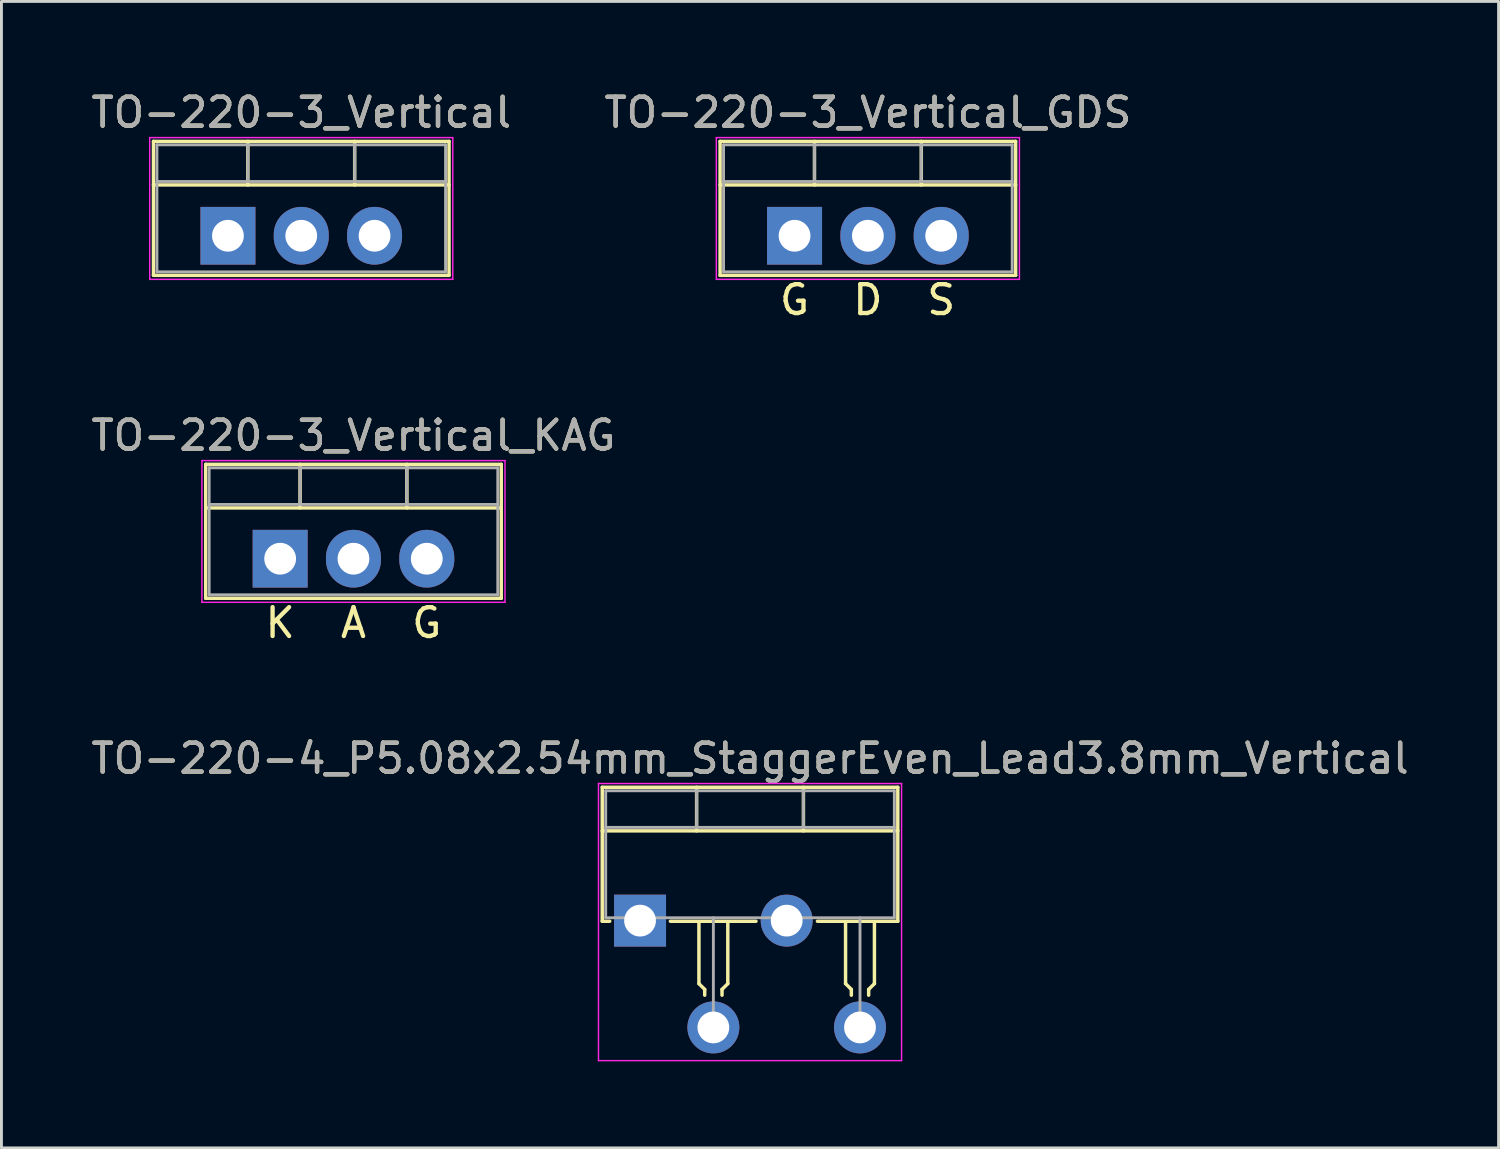
<source format=kicad_pcb>
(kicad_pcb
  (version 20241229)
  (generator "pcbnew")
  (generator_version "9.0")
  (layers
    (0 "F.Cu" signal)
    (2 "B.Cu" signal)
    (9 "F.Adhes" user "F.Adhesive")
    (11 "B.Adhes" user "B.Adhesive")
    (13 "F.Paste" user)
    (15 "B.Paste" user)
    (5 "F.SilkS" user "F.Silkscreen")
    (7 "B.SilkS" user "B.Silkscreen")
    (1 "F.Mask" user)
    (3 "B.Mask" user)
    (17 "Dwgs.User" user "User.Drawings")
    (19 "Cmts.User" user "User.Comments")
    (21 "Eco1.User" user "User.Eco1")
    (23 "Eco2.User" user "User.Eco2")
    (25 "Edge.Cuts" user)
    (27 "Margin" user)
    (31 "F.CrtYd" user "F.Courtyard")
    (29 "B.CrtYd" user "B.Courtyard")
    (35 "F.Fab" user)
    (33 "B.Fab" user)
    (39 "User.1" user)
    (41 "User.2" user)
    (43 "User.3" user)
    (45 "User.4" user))
  (footprint "TO-220-3_Vertical_GDS"
    (layer "F.Cu")
    (at 24.478 5.118)
    (property "Reference" "TO-220-3_Vertical_GDS" (at 2.54 -4.27 0) (layer "F.SilkS") (effects (font (size 1 1) (thickness 0.15))))
    (fp_line (start -2.58 -3.27) (end -2.58 1.371) (stroke (width 0.12) (type solid)) (layer "F.SilkS"))
    (fp_line (start -2.58 -3.27) (end 7.66 -3.27) (stroke (width 0.12) (type solid)) (layer "F.SilkS"))
    (fp_line (start -2.58 -1.76) (end 7.66 -1.76) (stroke (width 0.12) (type solid)) (layer "F.SilkS"))
    (fp_line (start -2.58 1.371) (end 7.66 1.371) (stroke (width 0.12) (type solid)) (layer "F.SilkS"))
    (fp_line (start 0.69 -3.27) (end 0.69 -1.76) (stroke (width 0.12) (type solid)) (layer "F.SilkS"))
    (fp_line (start 4.391 -3.27) (end 4.391 -1.76) (stroke (width 0.12) (type solid)) (layer "F.SilkS"))
    (fp_line (start 7.66 -3.27) (end 7.66 1.371) (stroke (width 0.12) (type solid)) (layer "F.SilkS"))
    (fp_line (start -2.71 -3.4) (end -2.71 1.51) (stroke (width 0.05) (type solid)) (layer "F.CrtYd"))
    (fp_line (start -2.71 1.51) (end 7.79 1.51) (stroke (width 0.05) (type solid)) (layer "F.CrtYd"))
    (fp_line (start 7.79 -3.4) (end -2.71 -3.4) (stroke (width 0.05) (type solid)) (layer "F.CrtYd"))
    (fp_line (start 7.79 1.51) (end 7.79 -3.4) (stroke (width 0.05) (type solid)) (layer "F.CrtYd"))
    (fp_line (start -2.46 -3.15) (end -2.46 1.25) (stroke (width 0.1) (type solid)) (layer "F.Fab"))
    (fp_line (start -2.46 -1.88) (end 7.54 -1.88) (stroke (width 0.1) (type solid)) (layer "F.Fab"))
    (fp_line (start -2.46 1.25) (end 7.54 1.25) (stroke (width 0.1) (type solid)) (layer "F.Fab"))
    (fp_line (start 0.69 -3.15) (end 0.69 -1.88) (stroke (width 0.1) (type solid)) (layer "F.Fab"))
    (fp_line (start 4.39 -3.15) (end 4.39 -1.88) (stroke (width 0.1) (type solid)) (layer "F.Fab"))
    (fp_line (start 7.54 -3.15) (end -2.46 -3.15) (stroke (width 0.1) (type solid)) (layer "F.Fab"))
    (fp_line (start 7.54 1.25) (end 7.54 -3.15) (stroke (width 0.1) (type solid)) (layer "F.Fab"))
    (fp_text user "G" (at 0 2.223 0) (unlocked yes) (layer "F.SilkS") (effects (font (size 1 1) (thickness 0.15))))
    (fp_text user "D" (at 2.54 2.223 0) (unlocked yes) (layer "F.SilkS") (effects (font (size 1 1) (thickness 0.15))))
    (fp_text user "S" (at 5.08 2.223 0) (unlocked yes) (layer "F.SilkS") (effects (font (size 1 1) (thickness 0.15))))
    (fp_text user "${REFERENCE}" (at 2.54 -4.27 0) (layer "F.Fab") (effects (font (size 1 1) (thickness 0.15))))
    (pad "1" thru_hole rect (at 0 0) (size 1.905 2) (drill 1.1) (layers "*.Cu" "*.Mask"))
    (pad "2" thru_hole oval (at 2.54 0) (size 1.905 2) (drill 1.1) (layers "*.Cu" "*.Mask"))
    (pad "3" thru_hole oval (at 5.08 0) (size 1.905 2) (drill 1.1) (layers "*.Cu" "*.Mask")))
  (footprint "TO-220-3_Vertical"
    (layer "F.Cu")
    (at 4.847 5.118)
    (property "Reference" "TO-220-3_Vertical" (at 2.54 -4.27 0) (layer "F.SilkS") (effects (font (size 1 1) (thickness 0.15))))
    (attr through_hole)
    (fp_line (start -2.58 -3.27) (end -2.58 1.371) (stroke (width 0.12) (type solid)) (layer "F.SilkS"))
    (fp_line (start -2.58 -3.27) (end 7.66 -3.27) (stroke (width 0.12) (type solid)) (layer "F.SilkS"))
    (fp_line (start -2.58 -1.76) (end 7.66 -1.76) (stroke (width 0.12) (type solid)) (layer "F.SilkS"))
    (fp_line (start -2.58 1.371) (end 7.66 1.371) (stroke (width 0.12) (type solid)) (layer "F.SilkS"))
    (fp_line (start 0.69 -3.27) (end 0.69 -1.76) (stroke (width 0.12) (type solid)) (layer "F.SilkS"))
    (fp_line (start 4.391 -3.27) (end 4.391 -1.76) (stroke (width 0.12) (type solid)) (layer "F.SilkS"))
    (fp_line (start 7.66 -3.27) (end 7.66 1.371) (stroke (width 0.12) (type solid)) (layer "F.SilkS"))
    (fp_line (start -2.71 -3.4) (end -2.71 1.51) (stroke (width 0.05) (type solid)) (layer "F.CrtYd"))
    (fp_line (start -2.71 1.51) (end 7.79 1.51) (stroke (width 0.05) (type solid)) (layer "F.CrtYd"))
    (fp_line (start 7.79 -3.4) (end -2.71 -3.4) (stroke (width 0.05) (type solid)) (layer "F.CrtYd"))
    (fp_line (start 7.79 1.51) (end 7.79 -3.4) (stroke (width 0.05) (type solid)) (layer "F.CrtYd"))
    (fp_line (start -2.46 -3.15) (end -2.46 1.25) (stroke (width 0.1) (type solid)) (layer "F.Fab"))
    (fp_line (start -2.46 -1.88) (end 7.54 -1.88) (stroke (width 0.1) (type solid)) (layer "F.Fab"))
    (fp_line (start -2.46 1.25) (end 7.54 1.25) (stroke (width 0.1) (type solid)) (layer "F.Fab"))
    (fp_line (start 0.69 -3.15) (end 0.69 -1.88) (stroke (width 0.1) (type solid)) (layer "F.Fab"))
    (fp_line (start 4.39 -3.15) (end 4.39 -1.88) (stroke (width 0.1) (type solid)) (layer "F.Fab"))
    (fp_line (start 7.54 -3.15) (end -2.46 -3.15) (stroke (width 0.1) (type solid)) (layer "F.Fab"))
    (fp_line (start 7.54 1.25) (end 7.54 -3.15) (stroke (width 0.1) (type solid)) (layer "F.Fab"))
    (fp_text user "${REFERENCE}" (at 2.54 -4.27 0) (layer "F.Fab") (effects (font (size 1 1) (thickness 0.15))))
    (pad "1" thru_hole rect (at 0 0) (size 1.905 2) (drill 1.1) (layers "*.Cu" "*.Mask"))
    (pad "2" thru_hole oval (at 2.54 0) (size 1.905 2) (drill 1.1) (layers "*.Cu" "*.Mask"))
    (pad "3" thru_hole oval (at 5.08 0) (size 1.905 2) (drill 1.1) (layers "*.Cu" "*.Mask")))
  (footprint "TO-220-3_Vertical_KAG"
    (layer "F.Cu")
    (at 6.656 16.307)
    (property "Reference" "TO-220-3_Vertical_KAG" (at 2.54 -4.27 0) (layer "F.SilkS") (effects (font (size 1 1) (thickness 0.15))))
    (fp_line (start -2.58 -3.27) (end -2.58 1.371) (stroke (width 0.12) (type solid)) (layer "F.SilkS"))
    (fp_line (start -2.58 -3.27) (end 7.66 -3.27) (stroke (width 0.12) (type solid)) (layer "F.SilkS"))
    (fp_line (start -2.58 -1.76) (end 7.66 -1.76) (stroke (width 0.12) (type solid)) (layer "F.SilkS"))
    (fp_line (start -2.58 1.371) (end 7.66 1.371) (stroke (width 0.12) (type solid)) (layer "F.SilkS"))
    (fp_line (start 0.69 -3.27) (end 0.69 -1.76) (stroke (width 0.12) (type solid)) (layer "F.SilkS"))
    (fp_line (start 4.391 -3.27) (end 4.391 -1.76) (stroke (width 0.12) (type solid)) (layer "F.SilkS"))
    (fp_line (start 7.66 -3.27) (end 7.66 1.371) (stroke (width 0.12) (type solid)) (layer "F.SilkS"))
    (fp_line (start -2.71 -3.4) (end -2.71 1.51) (stroke (width 0.05) (type solid)) (layer "F.CrtYd"))
    (fp_line (start -2.71 1.51) (end 7.79 1.51) (stroke (width 0.05) (type solid)) (layer "F.CrtYd"))
    (fp_line (start 7.79 -3.4) (end -2.71 -3.4) (stroke (width 0.05) (type solid)) (layer "F.CrtYd"))
    (fp_line (start 7.79 1.51) (end 7.79 -3.4) (stroke (width 0.05) (type solid)) (layer "F.CrtYd"))
    (fp_line (start -2.46 -3.15) (end -2.46 1.25) (stroke (width 0.1) (type solid)) (layer "F.Fab"))
    (fp_line (start -2.46 -1.88) (end 7.54 -1.88) (stroke (width 0.1) (type solid)) (layer "F.Fab"))
    (fp_line (start -2.46 1.25) (end 7.54 1.25) (stroke (width 0.1) (type solid)) (layer "F.Fab"))
    (fp_line (start 0.69 -3.15) (end 0.69 -1.88) (stroke (width 0.1) (type solid)) (layer "F.Fab"))
    (fp_line (start 4.39 -3.15) (end 4.39 -1.88) (stroke (width 0.1) (type solid)) (layer "F.Fab"))
    (fp_line (start 7.54 -3.15) (end -2.46 -3.15) (stroke (width 0.1) (type solid)) (layer "F.Fab"))
    (fp_line (start 7.54 1.25) (end 7.54 -3.15) (stroke (width 0.1) (type solid)) (layer "F.Fab"))
    (fp_text user "K" (at 0 2.223 0) (unlocked yes) (layer "F.SilkS") (effects (font (size 1 1) (thickness 0.15))))
    (fp_text user "G" (at 5.08 2.223 0) (unlocked yes) (layer "F.SilkS") (effects (font (size 1 1) (thickness 0.15))))
    (fp_text user "A" (at 2.54 2.223 0) (unlocked yes) (layer "F.SilkS") (effects (font (size 1 1) (thickness 0.15))))
    (fp_text user "${REFERENCE}" (at 2.54 -4.27 0) (layer "F.Fab") (effects (font (size 1 1) (thickness 0.15))))
    (pad "1" thru_hole rect (at 0 0) (size 1.905 2) (drill 1.1) (layers "*.Cu" "*.Mask"))
    (pad "2" thru_hole oval (at 2.54 0) (size 1.905 2) (drill 1.1) (layers "*.Cu" "*.Mask"))
    (pad "3" thru_hole oval (at 5.08 0) (size 1.905 2) (drill 1.1) (layers "*.Cu" "*.Mask")))
  (footprint "TO-220-4_P5.08x2.54mm_StaggerEven_Lead3.8mm_Vertical"
    (layer "F.Cu")
    (at 19.125 28.846)
    (property "Reference" "TO-220-4_P5.08x2.54mm_StaggerEven_Lead3.8mm_Vertical" (at 3.81 -5.62 0) (layer "F.SilkS") (effects (font (size 1 1) (thickness 0.15))))
    (attr through_hole)
    (fp_line (start -1.31 -4.62) (end -1.31 0.021) (stroke (width 0.12) (type solid)) (layer "F.SilkS"))
    (fp_line (start -1.31 -4.62) (end 8.93 -4.62) (stroke (width 0.12) (type solid)) (layer "F.SilkS"))
    (fp_line (start -1.31 -3.111) (end 8.93 -3.111) (stroke (width 0.12) (type solid)) (layer "F.SilkS"))
    (fp_line (start -1.31 0.021) (end -1.05 0.021) (stroke (width 0.12) (type solid)) (layer "F.SilkS"))
    (fp_line (start 1.05 0.021) (end 4.016 0.021) (stroke (width 0.12) (type solid)) (layer "F.SilkS"))
    (fp_line (start 1.96 -4.62) (end 1.96 -3.111) (stroke (width 0.12) (type solid)) (layer "F.SilkS"))
    (fp_line (start 2.04 0.083) (end 2.04 2.183) (stroke (width 0.12) (type solid)) (layer "F.SilkS"))
    (fp_line (start 2.04 2.183) (end 2.24 2.383) (stroke (width 0.12) (type solid)) (layer "F.SilkS"))
    (fp_line (start 2.24 2.383) (end 2.24 2.583) (stroke (width 0.12) (type solid)) (layer "F.SilkS"))
    (fp_line (start 2.84 2.383) (end 2.84 2.583) (stroke (width 0.12) (type solid)) (layer "F.SilkS"))
    (fp_line (start 3.04 0.083) (end 3.04 2.183) (stroke (width 0.12) (type solid)) (layer "F.SilkS"))
    (fp_line (start 3.04 2.183) (end 2.84 2.383) (stroke (width 0.12) (type solid)) (layer "F.SilkS"))
    (fp_line (start 5.66 -4.62) (end 5.66 -3.111) (stroke (width 0.12) (type solid)) (layer "F.SilkS"))
    (fp_line (start 6.145 0.021) (end 8.93 0.021) (stroke (width 0.12) (type solid)) (layer "F.SilkS"))
    (fp_line (start 7.12 0.083) (end 7.12 2.183) (stroke (width 0.12) (type solid)) (layer "F.SilkS"))
    (fp_line (start 7.12 2.183) (end 7.32 2.383) (stroke (width 0.12) (type solid)) (layer "F.SilkS"))
    (fp_line (start 7.32 2.383) (end 7.32 2.583) (stroke (width 0.12) (type solid)) (layer "F.SilkS"))
    (fp_line (start 7.92 2.383) (end 7.92 2.583) (stroke (width 0.12) (type solid)) (layer "F.SilkS"))
    (fp_line (start 8.12 0.083) (end 8.12 2.183) (stroke (width 0.12) (type solid)) (layer "F.SilkS"))
    (fp_line (start 8.12 2.183) (end 7.92 2.383) (stroke (width 0.12) (type solid)) (layer "F.SilkS"))
    (fp_line (start 8.93 -4.62) (end 8.93 0.021) (stroke (width 0.12) (type solid)) (layer "F.SilkS"))
    (fp_line (start -1.44 -4.75) (end -1.44 4.85) (stroke (width 0.05) (type solid)) (layer "F.CrtYd"))
    (fp_line (start -1.44 4.85) (end 9.06 4.85) (stroke (width 0.05) (type solid)) (layer "F.CrtYd"))
    (fp_line (start 9.06 -4.75) (end -1.44 -4.75) (stroke (width 0.05) (type solid)) (layer "F.CrtYd"))
    (fp_line (start 9.06 4.85) (end 9.06 -4.75) (stroke (width 0.05) (type solid)) (layer "F.CrtYd"))
    (fp_line (start -1.19 -4.5) (end -1.19 -0.1) (stroke (width 0.1) (type solid)) (layer "F.Fab"))
    (fp_line (start -1.19 -3.23) (end 8.81 -3.23) (stroke (width 0.1) (type solid)) (layer "F.Fab"))
    (fp_line (start -1.19 -0.1) (end 8.81 -0.1) (stroke (width 0.1) (type solid)) (layer "F.Fab"))
    (fp_line (start 0 -0.1) (end 0 0) (stroke (width 0.1) (type solid)) (layer "F.Fab"))
    (fp_line (start 1.96 -4.5) (end 1.96 -3.23) (stroke (width 0.1) (type solid)) (layer "F.Fab"))
    (fp_line (start 2.54 -0.1) (end 2.54 3.7) (stroke (width 0.1) (type solid)) (layer "F.Fab"))
    (fp_line (start 5.08 -0.1) (end 5.08 0) (stroke (width 0.1) (type solid)) (layer "F.Fab"))
    (fp_line (start 5.66 -4.5) (end 5.66 -3.23) (stroke (width 0.1) (type solid)) (layer "F.Fab"))
    (fp_line (start 7.62 -0.1) (end 7.62 3.7) (stroke (width 0.1) (type solid)) (layer "F.Fab"))
    (fp_line (start 8.81 -4.5) (end -1.19 -4.5) (stroke (width 0.1) (type solid)) (layer "F.Fab"))
    (fp_line (start 8.81 -0.1) (end 8.81 -4.5) (stroke (width 0.1) (type solid)) (layer "F.Fab"))
    (fp_text user "${REFERENCE}" (at 3.81 -5.62 0) (layer "F.Fab") (effects (font (size 1 1) (thickness 0.15))))
    (pad "1" thru_hole rect (at 0 0) (size 1.8 1.8) (drill 1.1) (layers "*.Cu" "*.Mask"))
    (pad "2" thru_hole oval (at 2.54 3.7) (size 1.8 1.8) (drill 1.1) (layers "*.Cu" "*.Mask"))
    (pad "3" thru_hole oval (at 5.08 0) (size 1.8 1.8) (drill 1.1) (layers "*.Cu" "*.Mask"))
    (pad "4" thru_hole oval (at 7.62 3.7) (size 1.8 1.8) (drill 1.1) (layers "*.Cu" "*.Mask")))
  (gr_rect
    (start -3 -3)
    (end 48.869 36.721)
    (stroke (width 0.1) (type default))
    (fill no)
    (layer "Edge.Cuts")))
</source>
